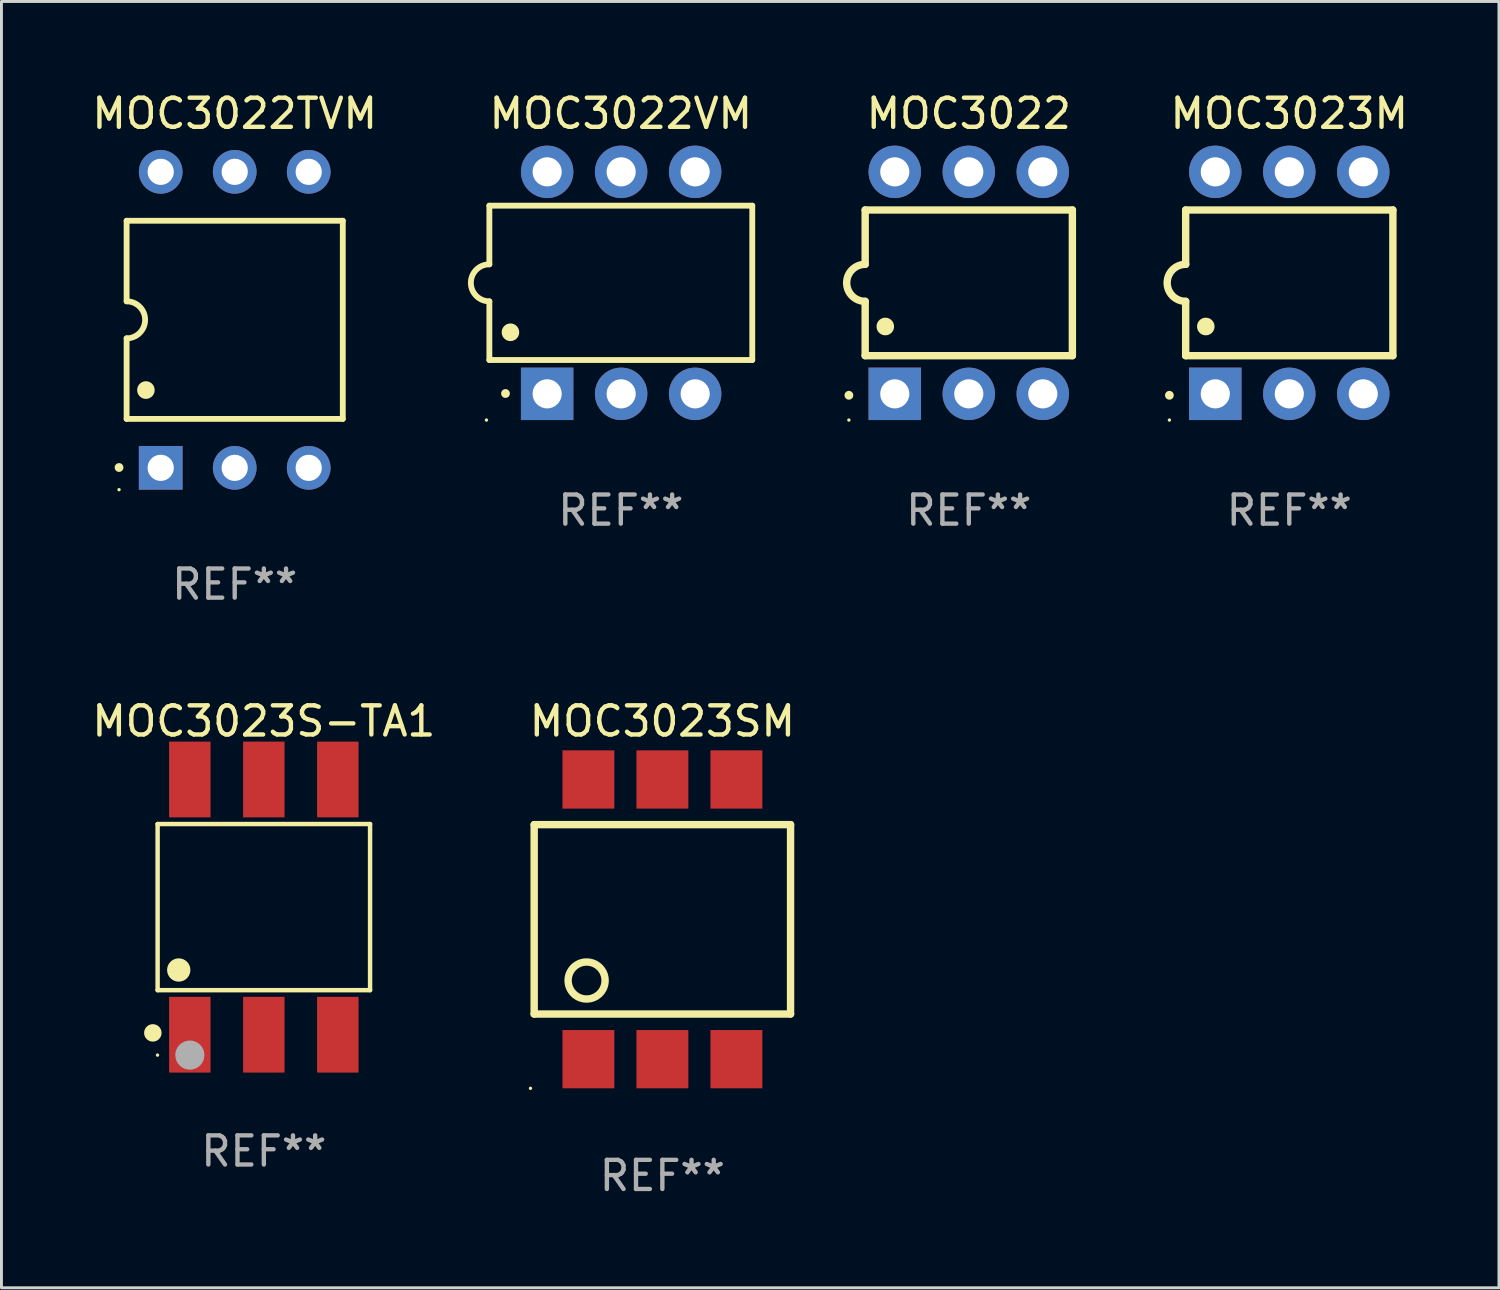
<source format=kicad_pcb>
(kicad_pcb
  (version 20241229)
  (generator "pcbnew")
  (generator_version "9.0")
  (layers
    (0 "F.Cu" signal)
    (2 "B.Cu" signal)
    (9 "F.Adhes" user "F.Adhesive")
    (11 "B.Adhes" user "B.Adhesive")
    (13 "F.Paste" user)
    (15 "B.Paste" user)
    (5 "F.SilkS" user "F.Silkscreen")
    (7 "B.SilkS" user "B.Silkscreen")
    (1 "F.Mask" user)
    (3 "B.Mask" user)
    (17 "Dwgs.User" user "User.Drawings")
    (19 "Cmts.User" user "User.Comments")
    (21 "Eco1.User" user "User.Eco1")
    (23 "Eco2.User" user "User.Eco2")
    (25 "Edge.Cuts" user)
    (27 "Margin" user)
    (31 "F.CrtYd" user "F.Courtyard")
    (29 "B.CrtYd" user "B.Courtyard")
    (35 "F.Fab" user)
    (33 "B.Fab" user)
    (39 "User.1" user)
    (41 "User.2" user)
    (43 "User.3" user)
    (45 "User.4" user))
  (footprint "MOC3022"
    (layer "F.Cu")
    (at 30.202 6.658)
    (property "Reference" "MOC3022" (at 0 -5.81 0) (layer "F.SilkS") (effects (font (size 1 1) (thickness 0.15))))
    (attr through_hole)
    (fp_line (start -3.556 -2.5) (end 3.556 -2.5) (stroke (width 0.254) (type solid)) (layer "F.SilkS"))
    (fp_line (start -3.556 -0.635) (end -3.556 -2.5) (stroke (width 0.254) (type solid)) (layer "F.SilkS"))
    (fp_line (start -3.556 0.635) (end -3.556 2.5) (stroke (width 0.254) (type solid)) (layer "F.SilkS"))
    (fp_line (start -3.556 2.5) (end 3.556 2.5) (stroke (width 0.254) (type solid)) (layer "F.SilkS"))
    (fp_line (start 3.556 -2.5) (end 3.556 2.5) (stroke (width 0.254) (type solid)) (layer "F.SilkS"))
    (fp_arc (start -4.114808 3.860808) (mid -4.114813 3.859538) (end -4.114808 3.858268) (stroke (width 0.3) (type solid)) (layer "F.SilkS"))
    (fp_arc (start -3.556007 0.635001) (mid -4.191008 0) (end -3.556007 -0.635001) (stroke (width 0.254001) (type solid)) (layer "F.SilkS"))
    (fp_arc (start -2.865405 1.501143) (mid -2.865416 1.498603) (end -2.865405 1.496063) (stroke (width 0.6) (type solid)) (layer "F.SilkS"))
    (fp_circle (center -4.115 4.71) (end -4.085 4.71) (stroke (width 0.06) (type solid)) (fill no) (layer "F.SilkS"))
    (fp_text user "REF**" (at 0 7.81 0) (layer "F.Fab") (effects (font (size 1 1) (thickness 0.15))))
    (pad "1" thru_hole rect (at -2.54 3.81 90) (size 1.8 1.8) (drill 1) (layers "*.Cu" "*.Mask"))
    (pad "2" thru_hole circle (at 0 3.81) (size 1.8 1.8) (drill 1) (layers "*.Cu" "*.Mask"))
    (pad "3" thru_hole circle (at 2.54 3.81) (size 1.8 1.8) (drill 1) (layers "*.Cu" "*.Mask"))
    (pad "4" thru_hole circle (at 2.54 -3.81) (size 1.8 1.8) (drill 1) (layers "*.Cu" "*.Mask"))
    (pad "5" thru_hole circle (at 0 -3.81) (size 1.8 1.8) (drill 1) (layers "*.Cu" "*.Mask"))
    (pad "6" thru_hole circle (at -2.54 -3.81) (size 1.8 1.8) (drill 1) (layers "*.Cu" "*.Mask")))
  (footprint "MOC3023S-TA1"
    (layer "F.Cu")
    (at 6.006 28.085)
    (property "Reference" "MOC3023S-TA1" (at 0 -6.38 0) (layer "F.SilkS") (effects (font (size 1 1) (thickness 0.15))))
    (attr through_hole)
    (fp_line (start -3.646 -2.851) (end 3.646 -2.851) (stroke (width 0.152) (type solid)) (layer "F.SilkS"))
    (fp_line (start -3.646 2.851) (end -3.646 -2.851) (stroke (width 0.152) (type solid)) (layer "F.SilkS"))
    (fp_line (start 3.646 -2.851) (end 3.646 2.851) (stroke (width 0.152) (type solid)) (layer "F.SilkS"))
    (fp_line (start 3.646 2.851) (end -3.646 2.851) (stroke (width 0.152) (type solid)) (layer "F.SilkS"))
    (fp_circle (center -3.81 4.318) (end -3.66 4.318) (stroke (width 0.3) (type solid)) (fill no) (layer "F.SilkS"))
    (fp_circle (center -3.65 5.08) (end -3.62 5.08) (stroke (width 0.06) (type solid)) (fill no) (layer "F.SilkS"))
    (fp_circle (center -2.921 2.159) (end -2.721 2.159) (stroke (width 0.4) (type solid)) (fill no) (layer "F.SilkS"))
    (fp_circle (center -2.54 5.08) (end -2.29 5.08) (stroke (width 0.5) (type solid)) (fill no) (layer "F.Fab"))
    (fp_text user "REF**" (at 0 8.38 0) (layer "F.Fab") (effects (font (size 1 1) (thickness 0.15))))
    (pad "1" smd rect (at -2.54 4.38) (size 1.422 2.6) (layers "F.Cu" "F.Mask" "F.Paste"))
    (pad "2" smd rect (at 0 4.38) (size 1.422 2.6) (layers "F.Cu" "F.Mask" "F.Paste"))
    (pad "3" smd rect (at 2.54 4.38) (size 1.422 2.6) (layers "F.Cu" "F.Mask" "F.Paste"))
    (pad "4" smd rect (at 2.54 -4.38) (size 1.422 2.6) (layers "F.Cu" "F.Mask" "F.Paste"))
    (pad "5" smd rect (at 0 -4.38) (size 1.422 2.6) (layers "F.Cu" "F.Mask" "F.Paste"))
    (pad "6" smd rect (at -2.54 -4.38) (size 1.422 2.6) (layers "F.Cu" "F.Mask" "F.Paste")))
  (footprint "MOC3022TVM"
    (layer "F.Cu")
    (at 5.006 7.928)
    (property "Reference" "MOC3022TVM" (at 0 -7.08 0) (layer "F.SilkS") (effects (font (size 1 1) (thickness 0.15))))
    (attr through_hole)
    (fp_line (start -3.71 -3.4) (end -3.71 -0.635) (stroke (width 0.2) (type solid)) (layer "F.SilkS"))
    (fp_line (start -3.71 -3.4) (end 3.71 -3.4) (stroke (width 0.2) (type solid)) (layer "F.SilkS"))
    (fp_line (start -3.71 0.634) (end -3.71 3.4) (stroke (width 0.2) (type solid)) (layer "F.SilkS"))
    (fp_line (start 3.71 3.4) (end -3.71 3.4) (stroke (width 0.2) (type solid)) (layer "F.SilkS"))
    (fp_line (start 3.71 3.4) (end 3.71 -3.4) (stroke (width 0.2) (type solid)) (layer "F.SilkS"))
    (fp_arc (start -3.970028 5.069901) (mid -3.970033 5.068631) (end -3.970028 5.067361) (stroke (width 0.3) (type solid)) (layer "F.SilkS"))
    (fp_arc (start -3.709982 -0.63495) (mid -3.074981 0.000051) (end -3.709982 0.635052) (stroke (width 0.2) (type solid)) (layer "F.SilkS"))
    (fp_arc (start -3.048006 2.413056) (mid -3.048017 2.410516) (end -3.048006 2.407976) (stroke (width 0.6) (type solid)) (layer "F.SilkS"))
    (fp_circle (center -3.97 5.83) (end -3.94 5.83) (stroke (width 0.06) (type solid)) (fill no) (layer "F.SilkS"))
    (fp_text user "REF**" (at 0 9.08 0) (layer "F.Fab") (effects (font (size 1 1) (thickness 0.15))))
    (pad "1" thru_hole rect (at -2.54 5.08 90) (size 1.5 1.5) (drill 0.9) (layers "*.Cu" "*.Mask"))
    (pad "2" thru_hole circle (at 0.000051 5.08) (size 1.5 1.5) (drill 0.9) (layers "*.Cu" "*.Mask"))
    (pad "3" thru_hole circle (at 2.54 5.08) (size 1.5 1.5) (drill 0.9) (layers "*.Cu" "*.Mask"))
    (pad "4" thru_hole circle (at 2.54 -5.08) (size 1.5 1.5) (drill 0.9) (layers "*.Cu" "*.Mask"))
    (pad "5" thru_hole circle (at 0.000051 -5.08) (size 1.5 1.5) (drill 0.9) (layers "*.Cu" "*.Mask"))
    (pad "6" thru_hole circle (at -2.54 -5.08) (size 1.5 1.5) (drill 0.9) (layers "*.Cu" "*.Mask")))
  (footprint "MOC3023SM"
    (layer "F.Cu")
    (at 19.685 28.505)
    (property "Reference" "MOC3023SM" (at 0 -6.8 0) (layer "F.SilkS") (effects (font (size 1 1) (thickness 0.15))))
    (attr through_hole)
    (fp_line (start -4.4 -3.25) (end -4.4 3.25) (stroke (width 0.254) (type solid)) (layer "F.SilkS"))
    (fp_line (start -4.4 -3.25) (end 4.4 -3.25) (stroke (width 0.254) (type solid)) (layer "F.SilkS"))
    (fp_line (start 4.4 3.25) (end -4.4 3.25) (stroke (width 0.254) (type solid)) (layer "F.SilkS"))
    (fp_line (start 4.4 3.25) (end 4.4 -3.25) (stroke (width 0.254) (type solid)) (layer "F.SilkS"))
    (fp_circle (center -4.527 5.8) (end -4.497 5.8) (stroke (width 0.06) (type solid)) (fill no) (layer "F.SilkS"))
    (fp_circle (center -2.6 2.1) (end -1.965 2.1) (stroke (width 0.254) (type solid)) (fill no) (layer "F.SilkS"))
    (fp_text user "REF**" (at 0 8.8 0) (layer "F.Fab") (effects (font (size 1 1) (thickness 0.15))))
    (pad "1" smd rect (at -2.539 4.8) (size 1.78 2) (layers "F.Cu" "F.Mask" "F.Paste"))
    (pad "2" smd rect (at 0.001 4.8) (size 1.78 2) (layers "F.Cu" "F.Mask" "F.Paste"))
    (pad "3" smd rect (at 2.541 4.8) (size 1.78 2) (layers "F.Cu" "F.Mask" "F.Paste"))
    (pad "4" smd rect (at 2.541 -4.8) (size 1.78 2) (layers "F.Cu" "F.Mask" "F.Paste"))
    (pad "5" smd rect (at 0.001 -4.8) (size 1.78 2) (layers "F.Cu" "F.Mask" "F.Paste"))
    (pad "6" smd rect (at -2.539 -4.8) (size 1.78 2) (layers "F.Cu" "F.Mask" "F.Paste")))
  (footprint "MOC3022VM"
    (layer "F.Cu")
    (at 18.259 6.658)
    (property "Reference" "MOC3022VM" (at 0 -5.81 0) (layer "F.SilkS") (effects (font (size 1 1) (thickness 0.15))))
    (attr through_hole)
    (fp_line (start -4.512 -2.649) (end 4.512 -2.649) (stroke (width 0.2) (type solid)) (layer "F.SilkS"))
    (fp_line (start -4.512 -0.635) (end -4.512 -2.649) (stroke (width 0.2) (type solid)) (layer "F.SilkS"))
    (fp_line (start -4.512 2.649) (end -4.512 0.635) (stroke (width 0.2) (type solid)) (layer "F.SilkS"))
    (fp_line (start 4.512 -2.649) (end 4.512 2.649) (stroke (width 0.2) (type solid)) (layer "F.SilkS"))
    (fp_line (start 4.512 2.649) (end -4.512 2.649) (stroke (width 0.2) (type solid)) (layer "F.SilkS"))
    (fp_arc (start -4.512319 0.635001) (mid -5.14732 0) (end -4.512319 -0.635001) (stroke (width 0.2) (type solid)) (layer "F.SilkS"))
    (fp_arc (start -3.958598 3.799848) (mid -3.958603 3.798578) (end -3.958598 3.797308) (stroke (width 0.3) (type solid)) (layer "F.SilkS"))
    (fp_arc (start -3.788418 1.699263) (mid -3.788429 1.696723) (end -3.788418 1.694183) (stroke (width 0.6) (type solid)) (layer "F.SilkS"))
    (fp_circle (center -4.612 4.71) (end -4.582 4.71) (stroke (width 0.06) (type solid)) (fill no) (layer "F.SilkS"))
    (fp_text user "REF**" (at 0 7.81 0) (layer "F.Fab") (effects (font (size 1 1) (thickness 0.15))))
    (pad "1" thru_hole rect (at -2.529 3.81 90) (size 1.8 1.8) (drill 1) (layers "*.Cu" "*.Mask"))
    (pad "2" thru_hole circle (at 0.011 3.81) (size 1.8 1.8) (drill 1) (layers "*.Cu" "*.Mask"))
    (pad "3" thru_hole circle (at 2.551 3.81) (size 1.8 1.8) (drill 1) (layers "*.Cu" "*.Mask"))
    (pad "4" thru_hole circle (at 2.551 -3.81) (size 1.8 1.8) (drill 1) (layers "*.Cu" "*.Mask"))
    (pad "5" thru_hole circle (at 0.011 -3.81) (size 1.8 1.8) (drill 1) (layers "*.Cu" "*.Mask"))
    (pad "6" thru_hole circle (at -2.529 -3.81) (size 1.8 1.8) (drill 1) (layers "*.Cu" "*.Mask")))
  (footprint "MOC3023M"
    (layer "F.Cu")
    (at 41.203 6.658)
    (property "Reference" "MOC3023M" (at 0 -5.81 0) (layer "F.SilkS") (effects (font (size 1 1) (thickness 0.15))))
    (attr through_hole)
    (fp_line (start -3.556 -2.5) (end 3.556 -2.5) (stroke (width 0.254) (type solid)) (layer "F.SilkS"))
    (fp_line (start -3.556 -0.635) (end -3.556 -2.5) (stroke (width 0.254) (type solid)) (layer "F.SilkS"))
    (fp_line (start -3.556 0.635) (end -3.556 2.5) (stroke (width 0.254) (type solid)) (layer "F.SilkS"))
    (fp_line (start -3.556 2.5) (end 3.556 2.5) (stroke (width 0.254) (type solid)) (layer "F.SilkS"))
    (fp_line (start 3.556 -2.5) (end 3.556 2.5) (stroke (width 0.254) (type solid)) (layer "F.SilkS"))
    (fp_arc (start -4.114808 3.860808) (mid -4.114813 3.859538) (end -4.114808 3.858268) (stroke (width 0.3) (type solid)) (layer "F.SilkS"))
    (fp_arc (start -3.556007 0.635001) (mid -4.191008 0) (end -3.556007 -0.635001) (stroke (width 0.254001) (type solid)) (layer "F.SilkS"))
    (fp_arc (start -2.865405 1.501143) (mid -2.865416 1.498603) (end -2.865405 1.496063) (stroke (width 0.6) (type solid)) (layer "F.SilkS"))
    (fp_circle (center -4.115 4.71) (end -4.085 4.71) (stroke (width 0.06) (type solid)) (fill no) (layer "F.SilkS"))
    (fp_text user "REF**" (at 0 7.81 0) (layer "F.Fab") (effects (font (size 1 1) (thickness 0.15))))
    (pad "1" thru_hole rect (at -2.54 3.81 90) (size 1.8 1.8) (drill 1) (layers "*.Cu" "*.Mask"))
    (pad "2" thru_hole circle (at 0 3.81) (size 1.8 1.8) (drill 1) (layers "*.Cu" "*.Mask"))
    (pad "3" thru_hole circle (at 2.54 3.81) (size 1.8 1.8) (drill 1) (layers "*.Cu" "*.Mask"))
    (pad "4" thru_hole circle (at 2.54 -3.81) (size 1.8 1.8) (drill 1) (layers "*.Cu" "*.Mask"))
    (pad "5" thru_hole circle (at 0 -3.81) (size 1.8 1.8) (drill 1) (layers "*.Cu" "*.Mask"))
    (pad "6" thru_hole circle (at -2.54 -3.81) (size 1.8 1.8) (drill 1) (layers "*.Cu" "*.Mask")))
  (gr_rect
    (start -3 -3)
    (end 48.4 41.153)
    (stroke (width 0.1) (type default))
    (fill no)
    (layer "Edge.Cuts")))
</source>
